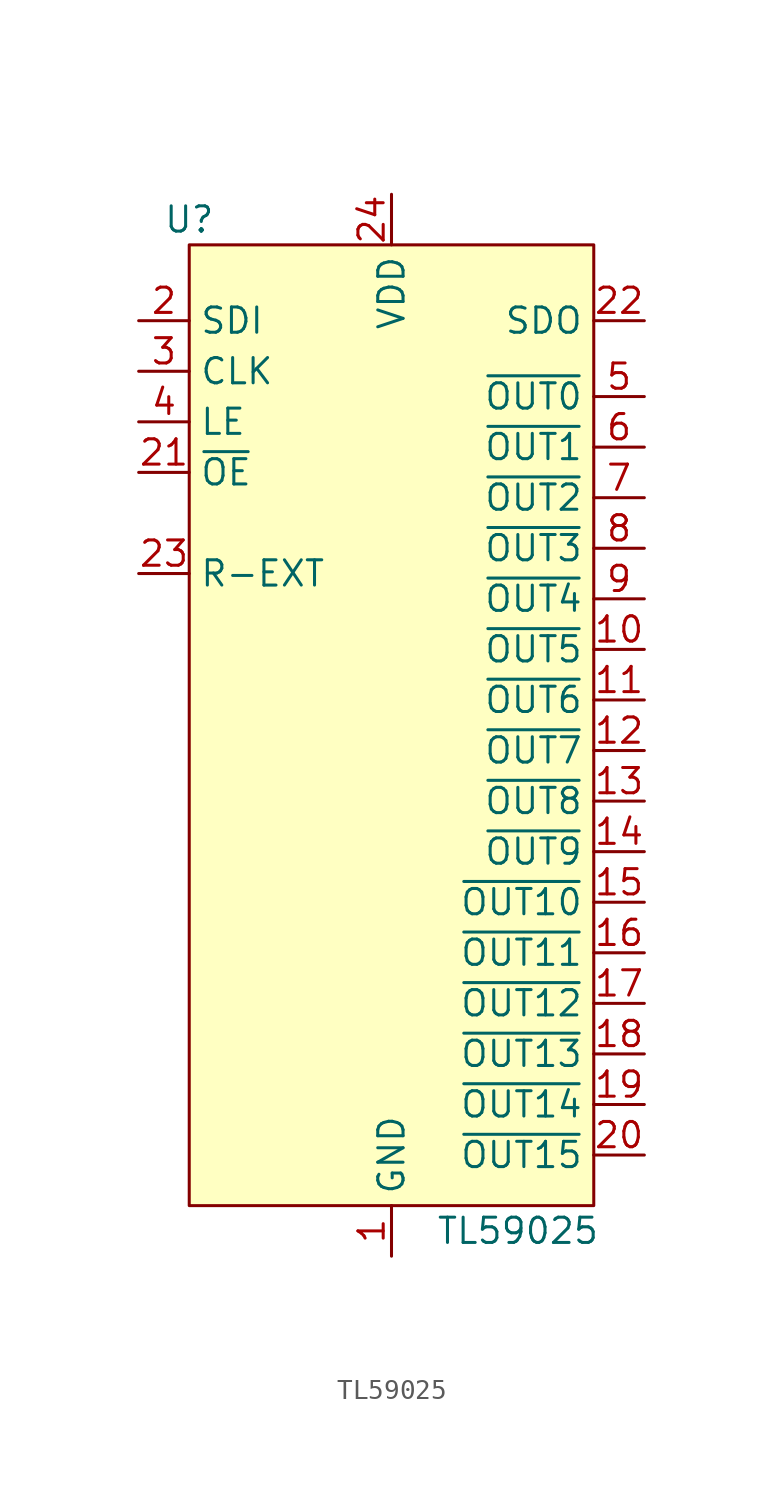
<source format=kicad_sym>
(kicad_symbol_lib
  (version 20211014)
  (generator kicad_symbol_editor)
  (symbol "TL59025"
    (property "Reference" "U"
      (at -10.16 24.13 0)
      (effects (font (size 1.27 1.27))))
    (property "Value" "TL59025"
      (at 6.35 -26.67 0)
      (effects (font (size 1.27 1.27))))
    (symbol "TL59025_0_1"
      (rectangle (start -10.16 22.86) (end 10.16 -25.4) (stroke (width 0) (type default) (color 0 0 0 0)) (fill (type background))))
    (symbol "TL59025_1_1"
      (pin power_in line (at 0 -27.94 90) (length 2.54) (name "GND" (effects (font (size 1.27 1.27)))) (number "1" (effects (font (size 1.27 1.27)))))
      (pin output line (at 12.7 2.54 180) (length 2.54) (name "~{OUT5}" (effects (font (size 1.27 1.27)))) (number "10" (effects (font (size 1.27 1.27)))))
      (pin output line (at 12.7 0 180) (length 2.54) (name "~{OUT6}" (effects (font (size 1.27 1.27)))) (number "11" (effects (font (size 1.27 1.27)))))
      (pin output line (at 12.7 -2.54 180) (length 2.54) (name "~{OUT7}" (effects (font (size 1.27 1.27)))) (number "12" (effects (font (size 1.27 1.27)))))
      (pin output line (at 12.7 -5.08 180) (length 2.54) (name "~{OUT8}" (effects (font (size 1.27 1.27)))) (number "13" (effects (font (size 1.27 1.27)))))
      (pin output line (at 12.7 -7.62 180) (length 2.54) (name "~{OUT9}" (effects (font (size 1.27 1.27)))) (number "14" (effects (font (size 1.27 1.27)))))
      (pin output line (at 12.7 -10.16 180) (length 2.54) (name "~{OUT10}" (effects (font (size 1.27 1.27)))) (number "15" (effects (font (size 1.27 1.27)))))
      (pin output line (at 12.7 -12.7 180) (length 2.54) (name "~{OUT11}" (effects (font (size 1.27 1.27)))) (number "16" (effects (font (size 1.27 1.27)))))
      (pin output line (at 12.7 -15.24 180) (length 2.54) (name "~{OUT12}" (effects (font (size 1.27 1.27)))) (number "17" (effects (font (size 1.27 1.27)))))
      (pin output line (at 12.7 -17.78 180) (length 2.54) (name "~{OUT13}" (effects (font (size 1.27 1.27)))) (number "18" (effects (font (size 1.27 1.27)))))
      (pin output line (at 12.7 -20.32 180) (length 2.54) (name "~{OUT14}" (effects (font (size 1.27 1.27)))) (number "19" (effects (font (size 1.27 1.27)))))
      (pin input line (at -12.7 19.05 0) (length 2.54) (name "SDI" (effects (font (size 1.27 1.27)))) (number "2" (effects (font (size 1.27 1.27)))))
      (pin output line (at 12.7 -22.86 180) (length 2.54) (name "~{OUT15}" (effects (font (size 1.27 1.27)))) (number "20" (effects (font (size 1.27 1.27)))))
      (pin input line (at -12.7 11.43 0) (length 2.54) (name "~{OE}" (effects (font (size 1.27 1.27)))) (number "21" (effects (font (size 1.27 1.27)))))
      (pin output line (at 12.7 19.05 180) (length 2.54) (name "SDO" (effects (font (size 1.27 1.27)))) (number "22" (effects (font (size 1.27 1.27)))))
      (pin input line (at -12.7 6.35 0) (length 2.54) (name "R-EXT" (effects (font (size 1.27 1.27)))) (number "23" (effects (font (size 1.27 1.27)))))
      (pin power_in line (at 0 25.4 270) (length 2.54) (name "VDD" (effects (font (size 1.27 1.27)))) (number "24" (effects (font (size 1.27 1.27)))))
      (pin input line (at -12.7 16.51 0) (length 2.54) (name "CLK" (effects (font (size 1.27 1.27)))) (number "3" (effects (font (size 1.27 1.27)))))
      (pin input line (at -12.7 13.97 0) (length 2.54) (name "LE" (effects (font (size 1.27 1.27)))) (number "4" (effects (font (size 1.27 1.27)))))
      (pin output line (at 12.7 15.24 180) (length 2.54) (name "~{OUT0}" (effects (font (size 1.27 1.27)))) (number "5" (effects (font (size 1.27 1.27)))))
      (pin output line (at 12.7 12.7 180) (length 2.54) (name "~{OUT1}" (effects (font (size 1.27 1.27)))) (number "6" (effects (font (size 1.27 1.27)))))
      (pin output line (at 12.7 10.16 180) (length 2.54) (name "~{OUT2}" (effects (font (size 1.27 1.27)))) (number "7" (effects (font (size 1.27 1.27)))))
      (pin output line (at 12.7 7.62 180) (length 2.54) (name "~{OUT3}" (effects (font (size 1.27 1.27)))) (number "8" (effects (font (size 1.27 1.27)))))
      (pin output line (at 12.7 5.08 180) (length 2.54) (name "~{OUT4}" (effects (font (size 1.27 1.27)))) (number "9" (effects (font (size 1.27 1.27))))))))
</source>
